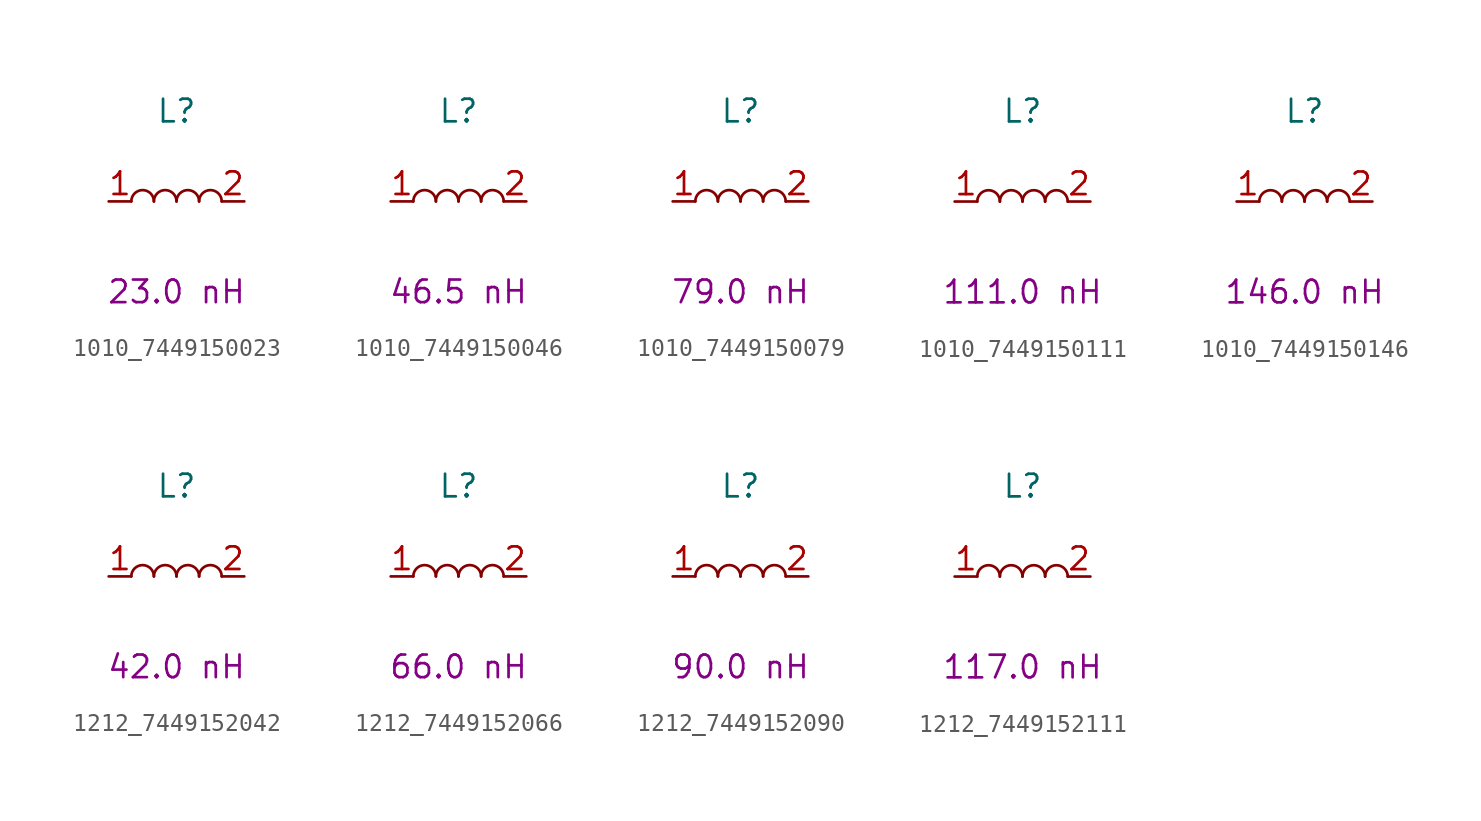
<source format=kicad_sym>
(kicad_symbol_lib
  (version 20220914)
  (generator kicad_symbol_editor)
  (symbol "1010_7449150023"
    (pin_names hide)
    (property "Reference" "L"
      (at 0 5.08 0)
      (effects (font (size 1.27 1.27))))
    (property "Critical Parameter" "23.0 nH"
      (at 0 -5.08 0)
      (effects (font (size 1.27 1.27))))
    (symbol "1010_7449150023_0_1"
      (arc (start -1.27 0) (mid -1.905 0.6323) (end -2.54 0) (stroke (width 0) (type default)) (fill (type none)))
      (arc (start 0 0) (mid -0.635 0.6323) (end -1.27 0) (stroke (width 0) (type default)) (fill (type none)))
      (arc (start 1.27 0) (mid 0.635 0.6323) (end 0 0) (stroke (width 0) (type default)) (fill (type none)))
      (arc (start 2.54 0) (mid 1.905 0.6323) (end 1.27 0) (stroke (width 0) (type default)) (fill (type none))))
    (symbol "1010_7449150023_1_1"
      (pin passive line (at -3.81 0 0) (length 1.27) (name "1" (effects (font (size 1.27 1.27)))) (number "1" (effects (font (size 1.27 1.27)))))
      (pin passive line (at 3.81 0 180) (length 1.27) (name "2" (effects (font (size 1.27 1.27)))) (number "2" (effects (font (size 1.27 1.27)))))))
  (symbol "1010_7449150046"
    (pin_names hide)
    (property "Reference" "L"
      (at 0 5.08 0)
      (effects (font (size 1.27 1.27))))
    (property "Critical Parameter" "46.5 nH"
      (at 0 -5.08 0)
      (effects (font (size 1.27 1.27))))
    (symbol "1010_7449150046_0_1"
      (arc (start -1.27 0) (mid -1.905 0.6323) (end -2.54 0) (stroke (width 0) (type default)) (fill (type none)))
      (arc (start 0 0) (mid -0.635 0.6323) (end -1.27 0) (stroke (width 0) (type default)) (fill (type none)))
      (arc (start 1.27 0) (mid 0.635 0.6323) (end 0 0) (stroke (width 0) (type default)) (fill (type none)))
      (arc (start 2.54 0) (mid 1.905 0.6323) (end 1.27 0) (stroke (width 0) (type default)) (fill (type none))))
    (symbol "1010_7449150046_1_1"
      (pin passive line (at -3.81 0 0) (length 1.27) (name "1" (effects (font (size 1.27 1.27)))) (number "1" (effects (font (size 1.27 1.27)))))
      (pin passive line (at 3.81 0 180) (length 1.27) (name "2" (effects (font (size 1.27 1.27)))) (number "2" (effects (font (size 1.27 1.27)))))))
  (symbol "1010_7449150079"
    (pin_names hide)
    (property "Reference" "L"
      (at 0 5.08 0)
      (effects (font (size 1.27 1.27))))
    (property "Critical Parameter" "79.0 nH"
      (at 0 -5.08 0)
      (effects (font (size 1.27 1.27))))
    (symbol "1010_7449150079_0_1"
      (arc (start -1.27 0) (mid -1.905 0.6323) (end -2.54 0) (stroke (width 0) (type default)) (fill (type none)))
      (arc (start 0 0) (mid -0.635 0.6323) (end -1.27 0) (stroke (width 0) (type default)) (fill (type none)))
      (arc (start 1.27 0) (mid 0.635 0.6323) (end 0 0) (stroke (width 0) (type default)) (fill (type none)))
      (arc (start 2.54 0) (mid 1.905 0.6323) (end 1.27 0) (stroke (width 0) (type default)) (fill (type none))))
    (symbol "1010_7449150079_1_1"
      (pin passive line (at -3.81 0 0) (length 1.27) (name "1" (effects (font (size 1.27 1.27)))) (number "1" (effects (font (size 1.27 1.27)))))
      (pin passive line (at 3.81 0 180) (length 1.27) (name "2" (effects (font (size 1.27 1.27)))) (number "2" (effects (font (size 1.27 1.27)))))))
  (symbol "1010_7449150111"
    (pin_names hide)
    (property "Reference" "L"
      (at 0 5.08 0)
      (effects (font (size 1.27 1.27))))
    (property "Critical Parameter" "111.0 nH"
      (at 0 -5.08 0)
      (effects (font (size 1.27 1.27))))
    (symbol "1010_7449150111_0_1"
      (arc (start -1.27 0) (mid -1.905 0.6323) (end -2.54 0) (stroke (width 0) (type default)) (fill (type none)))
      (arc (start 0 0) (mid -0.635 0.6323) (end -1.27 0) (stroke (width 0) (type default)) (fill (type none)))
      (arc (start 1.27 0) (mid 0.635 0.6323) (end 0 0) (stroke (width 0) (type default)) (fill (type none)))
      (arc (start 2.54 0) (mid 1.905 0.6323) (end 1.27 0) (stroke (width 0) (type default)) (fill (type none))))
    (symbol "1010_7449150111_1_1"
      (pin passive line (at -3.81 0 0) (length 1.27) (name "1" (effects (font (size 1.27 1.27)))) (number "1" (effects (font (size 1.27 1.27)))))
      (pin passive line (at 3.81 0 180) (length 1.27) (name "2" (effects (font (size 1.27 1.27)))) (number "2" (effects (font (size 1.27 1.27)))))))
  (symbol "1010_7449150146"
    (pin_names hide)
    (property "Reference" "L"
      (at 0 5.08 0)
      (effects (font (size 1.27 1.27))))
    (property "Critical Parameter" "146.0 nH"
      (at 0 -5.08 0)
      (effects (font (size 1.27 1.27))))
    (symbol "1010_7449150146_0_1"
      (arc (start -1.27 0) (mid -1.905 0.6323) (end -2.54 0) (stroke (width 0) (type default)) (fill (type none)))
      (arc (start 0 0) (mid -0.635 0.6323) (end -1.27 0) (stroke (width 0) (type default)) (fill (type none)))
      (arc (start 1.27 0) (mid 0.635 0.6323) (end 0 0) (stroke (width 0) (type default)) (fill (type none)))
      (arc (start 2.54 0) (mid 1.905 0.6323) (end 1.27 0) (stroke (width 0) (type default)) (fill (type none))))
    (symbol "1010_7449150146_1_1"
      (pin passive line (at -3.81 0 0) (length 1.27) (name "1" (effects (font (size 1.27 1.27)))) (number "1" (effects (font (size 1.27 1.27)))))
      (pin passive line (at 3.81 0 180) (length 1.27) (name "2" (effects (font (size 1.27 1.27)))) (number "2" (effects (font (size 1.27 1.27)))))))
  (symbol "1212_7449152042"
    (pin_names hide)
    (property "Reference" "L"
      (at 0 5.08 0)
      (effects (font (size 1.27 1.27))))
    (property "Critical Parameter" "42.0 nH"
      (at 0 -5.08 0)
      (effects (font (size 1.27 1.27))))
    (symbol "1212_7449152042_0_1"
      (arc (start -1.27 0) (mid -1.905 0.6323) (end -2.54 0) (stroke (width 0) (type default)) (fill (type none)))
      (arc (start 0 0) (mid -0.635 0.6323) (end -1.27 0) (stroke (width 0) (type default)) (fill (type none)))
      (arc (start 1.27 0) (mid 0.635 0.6323) (end 0 0) (stroke (width 0) (type default)) (fill (type none)))
      (arc (start 2.54 0) (mid 1.905 0.6323) (end 1.27 0) (stroke (width 0) (type default)) (fill (type none))))
    (symbol "1212_7449152042_1_1"
      (pin passive line (at -3.81 0 0) (length 1.27) (name "1" (effects (font (size 1.27 1.27)))) (number "1" (effects (font (size 1.27 1.27)))))
      (pin passive line (at 3.81 0 180) (length 1.27) (name "2" (effects (font (size 1.27 1.27)))) (number "2" (effects (font (size 1.27 1.27)))))))
  (symbol "1212_7449152066"
    (pin_names hide)
    (property "Reference" "L"
      (at 0 5.08 0)
      (effects (font (size 1.27 1.27))))
    (property "Critical Parameter" "66.0 nH"
      (at 0 -5.08 0)
      (effects (font (size 1.27 1.27))))
    (symbol "1212_7449152066_0_1"
      (arc (start -1.27 0) (mid -1.905 0.6323) (end -2.54 0) (stroke (width 0) (type default)) (fill (type none)))
      (arc (start 0 0) (mid -0.635 0.6323) (end -1.27 0) (stroke (width 0) (type default)) (fill (type none)))
      (arc (start 1.27 0) (mid 0.635 0.6323) (end 0 0) (stroke (width 0) (type default)) (fill (type none)))
      (arc (start 2.54 0) (mid 1.905 0.6323) (end 1.27 0) (stroke (width 0) (type default)) (fill (type none))))
    (symbol "1212_7449152066_1_1"
      (pin passive line (at -3.81 0 0) (length 1.27) (name "1" (effects (font (size 1.27 1.27)))) (number "1" (effects (font (size 1.27 1.27)))))
      (pin passive line (at 3.81 0 180) (length 1.27) (name "2" (effects (font (size 1.27 1.27)))) (number "2" (effects (font (size 1.27 1.27)))))))
  (symbol "1212_7449152090"
    (pin_names hide)
    (property "Reference" "L"
      (at 0 5.08 0)
      (effects (font (size 1.27 1.27))))
    (property "Critical Parameter" "90.0 nH"
      (at 0 -5.08 0)
      (effects (font (size 1.27 1.27))))
    (symbol "1212_7449152090_0_1"
      (arc (start -1.27 0) (mid -1.905 0.6323) (end -2.54 0) (stroke (width 0) (type default)) (fill (type none)))
      (arc (start 0 0) (mid -0.635 0.6323) (end -1.27 0) (stroke (width 0) (type default)) (fill (type none)))
      (arc (start 1.27 0) (mid 0.635 0.6323) (end 0 0) (stroke (width 0) (type default)) (fill (type none)))
      (arc (start 2.54 0) (mid 1.905 0.6323) (end 1.27 0) (stroke (width 0) (type default)) (fill (type none))))
    (symbol "1212_7449152090_1_1"
      (pin passive line (at -3.81 0 0) (length 1.27) (name "1" (effects (font (size 1.27 1.27)))) (number "1" (effects (font (size 1.27 1.27)))))
      (pin passive line (at 3.81 0 180) (length 1.27) (name "2" (effects (font (size 1.27 1.27)))) (number "2" (effects (font (size 1.27 1.27)))))))
  (symbol "1212_7449152111"
    (pin_names hide)
    (property "Reference" "L"
      (at 0 5.08 0)
      (effects (font (size 1.27 1.27))))
    (property "Critical Parameter" "117.0 nH"
      (at 0 -5.08 0)
      (effects (font (size 1.27 1.27))))
    (symbol "1212_7449152111_0_1"
      (arc (start -1.27 0) (mid -1.905 0.6323) (end -2.54 0) (stroke (width 0) (type default)) (fill (type none)))
      (arc (start 0 0) (mid -0.635 0.6323) (end -1.27 0) (stroke (width 0) (type default)) (fill (type none)))
      (arc (start 1.27 0) (mid 0.635 0.6323) (end 0 0) (stroke (width 0) (type default)) (fill (type none)))
      (arc (start 2.54 0) (mid 1.905 0.6323) (end 1.27 0) (stroke (width 0) (type default)) (fill (type none))))
    (symbol "1212_7449152111_1_1"
      (pin passive line (at -3.81 0 0) (length 1.27) (name "1" (effects (font (size 1.27 1.27)))) (number "1" (effects (font (size 1.27 1.27)))))
      (pin passive line (at 3.81 0 180) (length 1.27) (name "2" (effects (font (size 1.27 1.27)))) (number "2" (effects (font (size 1.27 1.27))))))))
</source>
